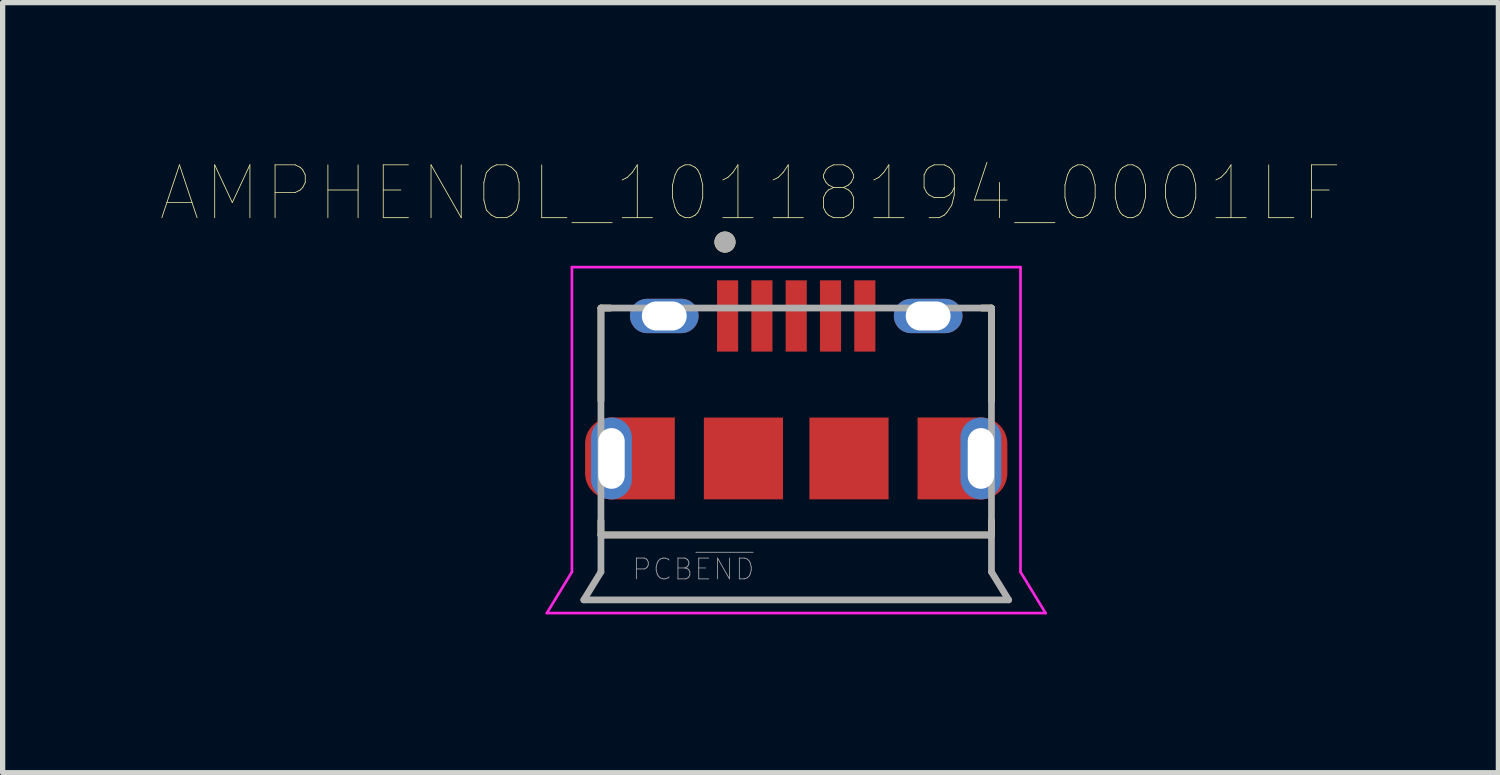
<source format=kicad_pcb>
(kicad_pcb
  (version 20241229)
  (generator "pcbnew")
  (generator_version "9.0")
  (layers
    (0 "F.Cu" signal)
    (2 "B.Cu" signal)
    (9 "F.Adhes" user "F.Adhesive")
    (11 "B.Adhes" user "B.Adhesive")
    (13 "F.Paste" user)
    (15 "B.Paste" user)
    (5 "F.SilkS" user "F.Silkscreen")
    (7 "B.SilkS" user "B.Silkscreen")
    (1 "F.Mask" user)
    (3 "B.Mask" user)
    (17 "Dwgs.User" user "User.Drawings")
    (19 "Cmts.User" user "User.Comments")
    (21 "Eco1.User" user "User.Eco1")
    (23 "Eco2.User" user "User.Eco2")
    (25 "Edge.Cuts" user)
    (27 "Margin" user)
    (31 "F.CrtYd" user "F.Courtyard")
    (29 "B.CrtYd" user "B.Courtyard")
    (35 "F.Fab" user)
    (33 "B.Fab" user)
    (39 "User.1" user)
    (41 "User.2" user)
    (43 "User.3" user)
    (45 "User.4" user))
  (footprint "AMPHENOL_10118194_0001LF"
    (layer "F.Cu")
    (at 12.037 5.637)
    (property "Reference" "AMPHENOL_10118194_0001LF" (at -0.866 -5.025 0) (layer "F.SilkS") (effects (font (size 1.001 1.001) (thickness 0.015))))
    (attr through_hole)
    (fp_poly (pts (xy -2.3 -0.78) (xy -2.3 0.775) (xy -3.498 0.775) (xy -3.498 0.575) (xy -3.486 0.575) (xy -3.473 0.574) (xy -3.46 0.572) (xy -3.447 0.57) (xy -3.434 0.567) (xy -3.422 0.563) (xy -3.41 0.558) (xy -3.398 0.553) (xy -3.386 0.548) (xy -3.374 0.542) (xy -3.363 0.535) (xy -3.353 0.527) (xy -3.342 0.52) (xy -3.332 0.511) (xy -3.323 0.502) (xy -3.314 0.493) (xy -3.305 0.483) (xy -3.298 0.472) (xy -3.29 0.462) (xy -3.283 0.451) (xy -3.277 0.439) (xy -3.272 0.427) (xy -3.267 0.415) (xy -3.262 0.403) (xy -3.258 0.391) (xy -3.255 0.378) (xy -3.253 0.365) (xy -3.251 0.352) (xy -3.25 0.339) (xy -3.25 0.325) (xy -3.25 0.315) (xy -3.25 -0.315) (xy -3.25 -0.325) (xy -3.25 -0.338) (xy -3.251 -0.351) (xy -3.253 -0.364) (xy -3.255 -0.377) (xy -3.259 -0.39) (xy -3.262 -0.402) (xy -3.267 -0.415) (xy -3.272 -0.427) (xy -3.277 -0.438) (xy -3.283 -0.45) (xy -3.29 -0.461) (xy -3.298 -0.472) (xy -3.306 -0.482) (xy -3.314 -0.492) (xy -3.323 -0.502) (xy -3.333 -0.511) (xy -3.343 -0.519) (xy -3.353 -0.527) (xy -3.364 -0.535) (xy -3.375 -0.542) (xy -3.387 -0.548) (xy -3.398 -0.553) (xy -3.41 -0.558) (xy -3.423 -0.563) (xy -3.435 -0.566) (xy -3.448 -0.57) (xy -3.461 -0.572) (xy -3.474 -0.574) (xy -3.487 -0.575) (xy -3.5 -0.575) (xy -3.513 -0.575) (xy -3.526 -0.574) (xy -3.539 -0.572) (xy -3.552 -0.57) (xy -3.565 -0.566) (xy -3.577 -0.563) (xy -3.59 -0.558) (xy -3.602 -0.553) (xy -3.613 -0.548) (xy -3.625 -0.542) (xy -3.636 -0.535) (xy -3.647 -0.527) (xy -3.657 -0.519) (xy -3.667 -0.511) (xy -3.677 -0.502) (xy -3.686 -0.492) (xy -3.694 -0.482) (xy -3.702 -0.472) (xy -3.71 -0.461) (xy -3.717 -0.45) (xy -3.723 -0.438) (xy -3.728 -0.427) (xy -3.733 -0.415) (xy -3.738 -0.402) (xy -3.741 -0.39) (xy -3.745 -0.377) (xy -3.747 -0.364) (xy -3.749 -0.351) (xy -3.75 -0.338) (xy -3.75 -0.325) (xy -3.75 0.325) (xy -3.75 0.339) (xy -3.749 0.352) (xy -3.747 0.365) (xy -3.745 0.378) (xy -3.742 0.391) (xy -3.738 0.403) (xy -3.733 0.415) (xy -3.728 0.427) (xy -3.723 0.439) (xy -3.717 0.451) (xy -3.71 0.462) (xy -3.702 0.472) (xy -3.695 0.483) (xy -3.686 0.493) (xy -3.677 0.502) (xy -3.668 0.511) (xy -3.658 0.52) (xy -3.647 0.527) (xy -3.637 0.535) (xy -3.626 0.542) (xy -3.614 0.548) (xy -3.602 0.553) (xy -3.59 0.558) (xy -3.578 0.563) (xy -3.566 0.567) (xy -3.553 0.57) (xy -3.54 0.572) (xy -3.527 0.574) (xy -3.514 0.575) (xy -3.502 0.575) (xy -3.502 0.775) (xy -3.527 0.774) (xy -3.553 0.772) (xy -3.579 0.769) (xy -3.605 0.764) (xy -3.63 0.758) (xy -3.655 0.751) (xy -3.68 0.742) (xy -3.704 0.732) (xy -3.728 0.721) (xy -3.751 0.708) (xy -3.773 0.695) (xy -3.794 0.68) (xy -3.815 0.664) (xy -3.835 0.647) (xy -3.854 0.629) (xy -3.872 0.61) (xy -3.889 0.59) (xy -3.905 0.569) (xy -3.92 0.548) (xy -3.933 0.526) (xy -3.946 0.503) (xy -3.957 0.479) (xy -3.967 0.455) (xy -3.976 0.43) (xy -3.983 0.405) (xy -3.989 0.38) (xy -3.994 0.354) (xy -3.997 0.328) (xy -3.999 0.302) (xy -4 0.275) (xy -4 -0.275) (xy -3.999 -0.301) (xy -3.997 -0.327) (xy -3.994 -0.353) (xy -3.989 -0.379) (xy -3.983 -0.404) (xy -3.976 -0.43) (xy -3.967 -0.454) (xy -3.957 -0.478) (xy -3.946 -0.502) (xy -3.933 -0.525) (xy -3.919 -0.547) (xy -3.905 -0.569) (xy -3.889 -0.59) (xy -3.872 -0.61) (xy -3.854 -0.629) (xy -3.835 -0.647) (xy -3.815 -0.664) (xy -3.794 -0.68) (xy -3.772 -0.694) (xy -3.75 -0.708) (xy -3.727 -0.721) (xy -3.703 -0.732) (xy -3.679 -0.742) (xy -3.655 -0.751) (xy -3.629 -0.758) (xy -3.604 -0.764) (xy -3.578 -0.769) (xy -3.552 -0.772) (xy -3.526 -0.774) (xy -3.5 -0.775) (xy -2.305 -0.775) (xy -2.305 -0.78) (xy -2.3 -0.78)) (stroke (width 0.001) (type solid)) (fill yes) (layer "F.Cu"))
    (fp_poly (pts (xy 2.3 0.78) (xy 2.3 -0.775) (xy 3.498 -0.775) (xy 3.498 -0.575) (xy 3.486 -0.575) (xy 3.473 -0.574) (xy 3.46 -0.572) (xy 3.447 -0.57) (xy 3.434 -0.567) (xy 3.422 -0.563) (xy 3.41 -0.558) (xy 3.398 -0.553) (xy 3.386 -0.548) (xy 3.374 -0.542) (xy 3.363 -0.535) (xy 3.353 -0.527) (xy 3.342 -0.52) (xy 3.332 -0.511) (xy 3.323 -0.502) (xy 3.314 -0.493) (xy 3.305 -0.483) (xy 3.298 -0.472) (xy 3.29 -0.462) (xy 3.283 -0.451) (xy 3.277 -0.439) (xy 3.272 -0.427) (xy 3.267 -0.415) (xy 3.262 -0.403) (xy 3.258 -0.391) (xy 3.255 -0.378) (xy 3.253 -0.365) (xy 3.251 -0.352) (xy 3.25 -0.339) (xy 3.25 -0.325) (xy 3.25 -0.315) (xy 3.25 0.315) (xy 3.25 0.325) (xy 3.25 0.338) (xy 3.251 0.351) (xy 3.253 0.364) (xy 3.255 0.377) (xy 3.259 0.39) (xy 3.262 0.402) (xy 3.267 0.415) (xy 3.272 0.427) (xy 3.277 0.438) (xy 3.283 0.45) (xy 3.29 0.461) (xy 3.298 0.472) (xy 3.306 0.482) (xy 3.314 0.492) (xy 3.323 0.502) (xy 3.333 0.511) (xy 3.343 0.519) (xy 3.353 0.527) (xy 3.364 0.535) (xy 3.375 0.542) (xy 3.387 0.548) (xy 3.398 0.553) (xy 3.41 0.558) (xy 3.423 0.563) (xy 3.435 0.566) (xy 3.448 0.57) (xy 3.461 0.572) (xy 3.474 0.574) (xy 3.487 0.575) (xy 3.5 0.575) (xy 3.513 0.575) (xy 3.526 0.574) (xy 3.539 0.572) (xy 3.552 0.57) (xy 3.565 0.566) (xy 3.577 0.563) (xy 3.59 0.558) (xy 3.602 0.553) (xy 3.613 0.548) (xy 3.625 0.542) (xy 3.636 0.535) (xy 3.647 0.527) (xy 3.657 0.519) (xy 3.667 0.511) (xy 3.677 0.502) (xy 3.686 0.492) (xy 3.694 0.482) (xy 3.702 0.472) (xy 3.71 0.461) (xy 3.717 0.45) (xy 3.723 0.438) (xy 3.728 0.427) (xy 3.733 0.415) (xy 3.738 0.402) (xy 3.741 0.39) (xy 3.745 0.377) (xy 3.747 0.364) (xy 3.749 0.351) (xy 3.75 0.338) (xy 3.75 0.325) (xy 3.75 -0.325) (xy 3.75 -0.339) (xy 3.749 -0.352) (xy 3.747 -0.365) (xy 3.745 -0.378) (xy 3.742 -0.391) (xy 3.738 -0.403) (xy 3.733 -0.415) (xy 3.728 -0.427) (xy 3.723 -0.439) (xy 3.717 -0.451) (xy 3.71 -0.462) (xy 3.702 -0.472) (xy 3.695 -0.483) (xy 3.686 -0.493) (xy 3.677 -0.502) (xy 3.668 -0.511) (xy 3.658 -0.52) (xy 3.647 -0.527) (xy 3.637 -0.535) (xy 3.626 -0.542) (xy 3.614 -0.548) (xy 3.602 -0.553) (xy 3.59 -0.558) (xy 3.578 -0.563) (xy 3.566 -0.567) (xy 3.553 -0.57) (xy 3.54 -0.572) (xy 3.527 -0.574) (xy 3.514 -0.575) (xy 3.502 -0.575) (xy 3.502 -0.775) (xy 3.527 -0.774) (xy 3.553 -0.772) (xy 3.579 -0.769) (xy 3.605 -0.764) (xy 3.63 -0.758) (xy 3.655 -0.751) (xy 3.68 -0.742) (xy 3.704 -0.732) (xy 3.728 -0.721) (xy 3.751 -0.708) (xy 3.773 -0.695) (xy 3.794 -0.68) (xy 3.815 -0.664) (xy 3.835 -0.647) (xy 3.854 -0.629) (xy 3.872 -0.61) (xy 3.889 -0.59) (xy 3.905 -0.569) (xy 3.92 -0.548) (xy 3.933 -0.526) (xy 3.946 -0.503) (xy 3.957 -0.479) (xy 3.967 -0.455) (xy 3.976 -0.43) (xy 3.983 -0.405) (xy 3.989 -0.38) (xy 3.994 -0.354) (xy 3.997 -0.328) (xy 3.999 -0.302) (xy 4 -0.275) (xy 4 0.275) (xy 3.999 0.301) (xy 3.997 0.327) (xy 3.994 0.353) (xy 3.989 0.379) (xy 3.983 0.404) (xy 3.976 0.43) (xy 3.967 0.454) (xy 3.957 0.478) (xy 3.946 0.502) (xy 3.933 0.525) (xy 3.919 0.547) (xy 3.905 0.569) (xy 3.889 0.59) (xy 3.872 0.61) (xy 3.854 0.629) (xy 3.835 0.647) (xy 3.815 0.664) (xy 3.794 0.68) (xy 3.772 0.694) (xy 3.75 0.708) (xy 3.727 0.721) (xy 3.703 0.732) (xy 3.679 0.742) (xy 3.655 0.751) (xy 3.629 0.758) (xy 3.604 0.764) (xy 3.578 0.769) (xy 3.552 0.772) (xy 3.526 0.774) (xy 3.5 0.775) (xy 2.305 0.775) (xy 2.305 0.78) (xy 2.3 0.78)) (stroke (width 0.001) (type solid)) (fill yes) (layer "F.Cu"))
    (fp_poly (pts (xy -3.6 -0.875) (xy -2.2 -0.875) (xy -2.2 0.875) (xy -3.6 0.875) (xy -3.626 0.874) (xy -3.652 0.872) (xy -3.678 0.869) (xy -3.704 0.864) (xy -3.729 0.858) (xy -3.755 0.851) (xy -3.779 0.842) (xy -3.803 0.832) (xy -3.827 0.821) (xy -3.85 0.808) (xy -3.872 0.794) (xy -3.894 0.78) (xy -3.915 0.764) (xy -3.935 0.747) (xy -3.954 0.729) (xy -3.972 0.71) (xy -3.989 0.69) (xy -4.005 0.669) (xy -4.019 0.647) (xy -4.033 0.625) (xy -4.046 0.602) (xy -4.057 0.578) (xy -4.067 0.554) (xy -4.076 0.53) (xy -4.083 0.504) (xy -4.089 0.479) (xy -4.094 0.453) (xy -4.097 0.427) (xy -4.099 0.401) (xy -4.1 0.375) (xy -4.1 -0.375) (xy -4.099 -0.401) (xy -4.097 -0.427) (xy -4.094 -0.453) (xy -4.089 -0.479) (xy -4.083 -0.504) (xy -4.076 -0.53) (xy -4.067 -0.554) (xy -4.057 -0.578) (xy -4.046 -0.602) (xy -4.033 -0.625) (xy -4.019 -0.647) (xy -4.005 -0.669) (xy -3.989 -0.69) (xy -3.972 -0.71) (xy -3.954 -0.729) (xy -3.935 -0.747) (xy -3.915 -0.764) (xy -3.894 -0.78) (xy -3.872 -0.794) (xy -3.85 -0.808) (xy -3.827 -0.821) (xy -3.803 -0.832) (xy -3.779 -0.842) (xy -3.755 -0.851) (xy -3.729 -0.858) (xy -3.704 -0.864) (xy -3.678 -0.869) (xy -3.652 -0.872) (xy -3.626 -0.874) (xy -3.6 -0.875)) (stroke (width 0.0001) (type solid)) (fill yes) (layer "F.Mask"))
    (fp_poly (pts (xy 3.6 0.875) (xy 2.2 0.875) (xy 2.2 -0.875) (xy 3.6 -0.875) (xy 3.626 -0.874) (xy 3.652 -0.872) (xy 3.678 -0.869) (xy 3.704 -0.864) (xy 3.729 -0.858) (xy 3.755 -0.851) (xy 3.779 -0.842) (xy 3.803 -0.832) (xy 3.827 -0.821) (xy 3.85 -0.808) (xy 3.872 -0.794) (xy 3.894 -0.78) (xy 3.915 -0.764) (xy 3.935 -0.747) (xy 3.954 -0.729) (xy 3.972 -0.71) (xy 3.989 -0.69) (xy 4.005 -0.669) (xy 4.019 -0.647) (xy 4.033 -0.625) (xy 4.046 -0.602) (xy 4.057 -0.578) (xy 4.067 -0.554) (xy 4.076 -0.53) (xy 4.083 -0.504) (xy 4.089 -0.479) (xy 4.094 -0.453) (xy 4.097 -0.427) (xy 4.099 -0.401) (xy 4.1 -0.375) (xy 4.1 0.375) (xy 4.099 0.401) (xy 4.097 0.427) (xy 4.094 0.453) (xy 4.089 0.479) (xy 4.083 0.504) (xy 4.076 0.53) (xy 4.067 0.554) (xy 4.057 0.578) (xy 4.046 0.602) (xy 4.033 0.625) (xy 4.019 0.647) (xy 4.005 0.669) (xy 3.989 0.69) (xy 3.972 0.71) (xy 3.954 0.729) (xy 3.935 0.747) (xy 3.915 0.764) (xy 3.894 0.78) (xy 3.872 0.794) (xy 3.85 0.808) (xy 3.827 0.821) (xy 3.803 0.832) (xy 3.779 0.842) (xy 3.755 0.851) (xy 3.729 0.858) (xy 3.704 0.864) (xy 3.678 0.869) (xy 3.652 0.872) (xy 3.626 0.874) (xy 3.6 0.875)) (stroke (width 0.0001) (type solid)) (fill yes) (layer "F.Mask"))
    (fp_line (start -3.7 -2.85) (end -3.7 -1.095) (stroke (width 0.127) (type solid)) (layer "F.SilkS"))
    (fp_line (start -3.7 -2.85) (end -3.52 -2.85) (stroke (width 0.127) (type solid)) (layer "F.SilkS"))
    (fp_line (start -3.7 1.45) (end -3.7 1.18) (stroke (width 0.127) (type solid)) (layer "F.SilkS"))
    (fp_line (start -3.7 1.45) (end 3.7 1.45) (stroke (width 0.127) (type solid)) (layer "F.SilkS"))
    (fp_line (start 3.7 -2.85) (end 3.52 -2.85) (stroke (width 0.127) (type solid)) (layer "F.SilkS"))
    (fp_line (start 3.7 -2.85) (end 3.7 -1.095) (stroke (width 0.127) (type solid)) (layer "F.SilkS"))
    (fp_line (start 3.7 1.18) (end 3.7 1.45) (stroke (width 0.127) (type solid)) (layer "F.SilkS"))
    (fp_circle (center -1.35 -4.1) (end -1.25 -4.1) (stroke (width 0.2) (type solid)) (fill no) (layer "F.SilkS"))
    (fp_line (start -3.5 -0.77) (end -3.5 -0.6) (stroke (width 0.0001) (type solid)) (layer "F.Paste"))
    (fp_line (start 3.5 0.77) (end 3.5 0.6) (stroke (width 0.0001) (type solid)) (layer "F.Paste"))
    (fp_poly (pts (xy -3.5 -0.775) (xy -3.5 -0.575) (xy -3.487 -0.575) (xy -3.474 -0.574) (xy -3.461 -0.572) (xy -3.448 -0.57) (xy -3.435 -0.566) (xy -3.423 -0.563) (xy -3.41 -0.558) (xy -3.398 -0.553) (xy -3.387 -0.548) (xy -3.375 -0.542) (xy -3.364 -0.535) (xy -3.353 -0.527) (xy -3.343 -0.519) (xy -3.333 -0.511) (xy -3.323 -0.502) (xy -3.314 -0.492) (xy -3.306 -0.482) (xy -3.298 -0.472) (xy -3.29 -0.461) (xy -3.283 -0.45) (xy -3.277 -0.438) (xy -3.272 -0.427) (xy -3.267 -0.415) (xy -3.262 -0.402) (xy -3.259 -0.39) (xy -3.255 -0.377) (xy -3.253 -0.364) (xy -3.251 -0.351) (xy -3.25 -0.338) (xy -3.25 -0.325) (xy -3.25 0.325) (xy -3.25 0.338) (xy -3.251 0.351) (xy -3.253 0.364) (xy -3.255 0.377) (xy -3.259 0.39) (xy -3.262 0.402) (xy -3.267 0.415) (xy -3.272 0.427) (xy -3.277 0.438) (xy -3.283 0.45) (xy -3.29 0.461) (xy -3.298 0.472) (xy -3.306 0.482) (xy -3.314 0.492) (xy -3.323 0.502) (xy -3.333 0.511) (xy -3.343 0.519) (xy -3.353 0.527) (xy -3.364 0.535) (xy -3.375 0.542) (xy -3.387 0.548) (xy -3.398 0.553) (xy -3.41 0.558) (xy -3.423 0.563) (xy -3.435 0.566) (xy -3.448 0.57) (xy -3.461 0.572) (xy -3.474 0.574) (xy -3.487 0.575) (xy -3.5 0.575) (xy -3.5 0.775) (xy -2.3 0.775) (xy -2.3 -0.775) (xy -3.5 -0.775)) (stroke (width 0.0001) (type solid)) (fill yes) (layer "F.Paste"))
    (fp_poly (pts (xy 3.5 0.775) (xy 3.5 0.575) (xy 3.487 0.575) (xy 3.474 0.574) (xy 3.461 0.572) (xy 3.448 0.57) (xy 3.435 0.566) (xy 3.423 0.563) (xy 3.41 0.558) (xy 3.398 0.553) (xy 3.387 0.548) (xy 3.375 0.542) (xy 3.364 0.535) (xy 3.353 0.527) (xy 3.343 0.519) (xy 3.333 0.511) (xy 3.323 0.502) (xy 3.314 0.492) (xy 3.306 0.482) (xy 3.298 0.472) (xy 3.29 0.461) (xy 3.283 0.45) (xy 3.277 0.438) (xy 3.272 0.427) (xy 3.267 0.415) (xy 3.262 0.402) (xy 3.259 0.39) (xy 3.255 0.377) (xy 3.253 0.364) (xy 3.251 0.351) (xy 3.25 0.338) (xy 3.25 0.325) (xy 3.25 -0.325) (xy 3.25 -0.338) (xy 3.251 -0.351) (xy 3.253 -0.364) (xy 3.255 -0.377) (xy 3.259 -0.39) (xy 3.262 -0.402) (xy 3.267 -0.415) (xy 3.272 -0.427) (xy 3.277 -0.438) (xy 3.283 -0.45) (xy 3.29 -0.461) (xy 3.298 -0.472) (xy 3.306 -0.482) (xy 3.314 -0.492) (xy 3.323 -0.502) (xy 3.333 -0.511) (xy 3.343 -0.519) (xy 3.353 -0.527) (xy 3.364 -0.535) (xy 3.375 -0.542) (xy 3.387 -0.548) (xy 3.398 -0.553) (xy 3.41 -0.558) (xy 3.423 -0.563) (xy 3.435 -0.566) (xy 3.448 -0.57) (xy 3.461 -0.572) (xy 3.474 -0.574) (xy 3.487 -0.575) (xy 3.5 -0.575) (xy 3.5 -0.775) (xy 2.3 -0.775) (xy 2.3 0.775) (xy 3.5 0.775)) (stroke (width 0.0001) (type solid)) (fill yes) (layer "F.Paste"))
    (fp_poly (pts (xy -3.5 -0.775) (xy -3.5 -0.575) (xy -3.513 -0.575) (xy -3.526 -0.574) (xy -3.539 -0.572) (xy -3.552 -0.57) (xy -3.565 -0.566) (xy -3.577 -0.563) (xy -3.59 -0.558) (xy -3.602 -0.553) (xy -3.613 -0.548) (xy -3.625 -0.542) (xy -3.636 -0.535) (xy -3.647 -0.527) (xy -3.657 -0.519) (xy -3.667 -0.511) (xy -3.677 -0.502) (xy -3.686 -0.492) (xy -3.694 -0.482) (xy -3.702 -0.472) (xy -3.71 -0.461) (xy -3.717 -0.45) (xy -3.723 -0.438) (xy -3.728 -0.427) (xy -3.733 -0.415) (xy -3.738 -0.402) (xy -3.741 -0.39) (xy -3.745 -0.377) (xy -3.747 -0.364) (xy -3.749 -0.351) (xy -3.75 -0.338) (xy -3.75 -0.325) (xy -3.75 0.325) (xy -3.75 0.338) (xy -3.749 0.351) (xy -3.747 0.364) (xy -3.745 0.377) (xy -3.741 0.39) (xy -3.738 0.402) (xy -3.733 0.415) (xy -3.728 0.427) (xy -3.723 0.438) (xy -3.717 0.45) (xy -3.71 0.461) (xy -3.702 0.472) (xy -3.694 0.482) (xy -3.686 0.492) (xy -3.677 0.502) (xy -3.667 0.511) (xy -3.657 0.519) (xy -3.647 0.527) (xy -3.636 0.535) (xy -3.625 0.542) (xy -3.613 0.548) (xy -3.602 0.553) (xy -3.59 0.558) (xy -3.577 0.563) (xy -3.565 0.566) (xy -3.552 0.57) (xy -3.539 0.572) (xy -3.526 0.574) (xy -3.513 0.575) (xy -3.5 0.575) (xy -3.5 0.775) (xy -3.526 0.774) (xy -3.552 0.772) (xy -3.578 0.769) (xy -3.604 0.764) (xy -3.629 0.758) (xy -3.655 0.751) (xy -3.679 0.742) (xy -3.703 0.732) (xy -3.727 0.721) (xy -3.75 0.708) (xy -3.772 0.694) (xy -3.794 0.68) (xy -3.815 0.664) (xy -3.835 0.647) (xy -3.854 0.629) (xy -3.872 0.61) (xy -3.889 0.59) (xy -3.905 0.569) (xy -3.919 0.547) (xy -3.933 0.525) (xy -3.946 0.502) (xy -3.957 0.478) (xy -3.967 0.454) (xy -3.976 0.43) (xy -3.983 0.404) (xy -3.989 0.379) (xy -3.994 0.353) (xy -3.997 0.327) (xy -3.999 0.301) (xy -4 0.275) (xy -4 -0.275) (xy -3.999 -0.301) (xy -3.997 -0.327) (xy -3.994 -0.353) (xy -3.989 -0.379) (xy -3.983 -0.404) (xy -3.976 -0.43) (xy -3.967 -0.454) (xy -3.957 -0.478) (xy -3.946 -0.502) (xy -3.933 -0.525) (xy -3.919 -0.547) (xy -3.905 -0.569) (xy -3.889 -0.59) (xy -3.872 -0.61) (xy -3.854 -0.629) (xy -3.835 -0.647) (xy -3.815 -0.664) (xy -3.794 -0.68) (xy -3.772 -0.694) (xy -3.75 -0.708) (xy -3.727 -0.721) (xy -3.703 -0.732) (xy -3.679 -0.742) (xy -3.655 -0.751) (xy -3.629 -0.758) (xy -3.604 -0.764) (xy -3.578 -0.769) (xy -3.552 -0.772) (xy -3.526 -0.774) (xy -3.5 -0.775)) (stroke (width 0.0001) (type solid)) (fill yes) (layer "F.Paste"))
    (fp_poly (pts (xy 3.5 0.775) (xy 3.5 0.575) (xy 3.513 0.575) (xy 3.526 0.574) (xy 3.539 0.572) (xy 3.552 0.57) (xy 3.565 0.566) (xy 3.577 0.563) (xy 3.59 0.558) (xy 3.602 0.553) (xy 3.613 0.548) (xy 3.625 0.542) (xy 3.636 0.535) (xy 3.647 0.527) (xy 3.657 0.519) (xy 3.667 0.511) (xy 3.677 0.502) (xy 3.686 0.492) (xy 3.694 0.482) (xy 3.702 0.472) (xy 3.71 0.461) (xy 3.717 0.45) (xy 3.723 0.438) (xy 3.728 0.427) (xy 3.733 0.415) (xy 3.738 0.402) (xy 3.741 0.39) (xy 3.745 0.377) (xy 3.747 0.364) (xy 3.749 0.351) (xy 3.75 0.338) (xy 3.75 0.325) (xy 3.75 -0.325) (xy 3.75 -0.338) (xy 3.749 -0.351) (xy 3.747 -0.364) (xy 3.745 -0.377) (xy 3.741 -0.39) (xy 3.738 -0.402) (xy 3.733 -0.415) (xy 3.728 -0.427) (xy 3.723 -0.438) (xy 3.717 -0.45) (xy 3.71 -0.461) (xy 3.702 -0.472) (xy 3.694 -0.482) (xy 3.686 -0.492) (xy 3.677 -0.502) (xy 3.667 -0.511) (xy 3.657 -0.519) (xy 3.647 -0.527) (xy 3.636 -0.535) (xy 3.625 -0.542) (xy 3.613 -0.548) (xy 3.602 -0.553) (xy 3.59 -0.558) (xy 3.577 -0.563) (xy 3.565 -0.566) (xy 3.552 -0.57) (xy 3.539 -0.572) (xy 3.526 -0.574) (xy 3.513 -0.575) (xy 3.5 -0.575) (xy 3.5 -0.775) (xy 3.526 -0.774) (xy 3.552 -0.772) (xy 3.578 -0.769) (xy 3.604 -0.764) (xy 3.629 -0.758) (xy 3.655 -0.751) (xy 3.679 -0.742) (xy 3.703 -0.732) (xy 3.727 -0.721) (xy 3.75 -0.708) (xy 3.772 -0.694) (xy 3.794 -0.68) (xy 3.815 -0.664) (xy 3.835 -0.647) (xy 3.854 -0.629) (xy 3.872 -0.61) (xy 3.889 -0.59) (xy 3.905 -0.569) (xy 3.919 -0.547) (xy 3.933 -0.525) (xy 3.946 -0.502) (xy 3.957 -0.478) (xy 3.967 -0.454) (xy 3.976 -0.43) (xy 3.983 -0.404) (xy 3.989 -0.379) (xy 3.994 -0.353) (xy 3.997 -0.327) (xy 3.999 -0.301) (xy 4 -0.275) (xy 4 0.275) (xy 3.999 0.301) (xy 3.997 0.327) (xy 3.994 0.353) (xy 3.989 0.379) (xy 3.983 0.404) (xy 3.976 0.43) (xy 3.967 0.454) (xy 3.957 0.478) (xy 3.946 0.502) (xy 3.933 0.525) (xy 3.919 0.547) (xy 3.905 0.569) (xy 3.889 0.59) (xy 3.872 0.61) (xy 3.854 0.629) (xy 3.835 0.647) (xy 3.815 0.664) (xy 3.794 0.68) (xy 3.772 0.694) (xy 3.75 0.708) (xy 3.727 0.721) (xy 3.703 0.732) (xy 3.679 0.742) (xy 3.655 0.751) (xy 3.629 0.758) (xy 3.604 0.764) (xy 3.578 0.769) (xy 3.552 0.772) (xy 3.526 0.774) (xy 3.5 0.775)) (stroke (width 0.0001) (type solid)) (fill yes) (layer "F.Paste"))
    (fp_line (start -4.725 2.93) (end -4.25 2.15) (stroke (width 0.05) (type solid)) (layer "F.CrtYd"))
    (fp_line (start -4.25 -3.625) (end 4.25 -3.625) (stroke (width 0.05) (type solid)) (layer "F.CrtYd"))
    (fp_line (start -4.25 2.15) (end -4.25 -3.625) (stroke (width 0.05) (type solid)) (layer "F.CrtYd"))
    (fp_line (start 4.25 2.15) (end 4.25 -3.625) (stroke (width 0.05) (type solid)) (layer "F.CrtYd"))
    (fp_line (start 4.725 2.93) (end -4.725 2.93) (stroke (width 0.05) (type solid)) (layer "F.CrtYd"))
    (fp_line (start 4.725 2.93) (end 4.25 2.15) (stroke (width 0.05) (type solid)) (layer "F.CrtYd"))
    (fp_line (start -4.025 2.68) (end 4.025 2.68) (stroke (width 0.127) (type solid)) (layer "F.Fab"))
    (fp_line (start -3.7 -2.85) (end -3.7 1.45) (stroke (width 0.127) (type solid)) (layer "F.Fab"))
    (fp_line (start -3.7 -2.85) (end 3.7 -2.85) (stroke (width 0.127) (type solid)) (layer "F.Fab"))
    (fp_line (start -3.7 1.45) (end -3.7 2.15) (stroke (width 0.127) (type solid)) (layer "F.Fab"))
    (fp_line (start -3.7 1.45) (end 3.7 1.45) (stroke (width 0.127) (type solid)) (layer "F.Fab"))
    (fp_line (start -3.7 2.15) (end -4.025 2.68) (stroke (width 0.127) (type solid)) (layer "F.Fab"))
    (fp_line (start 3.7 1.45) (end 3.7 -2.85) (stroke (width 0.127) (type solid)) (layer "F.Fab"))
    (fp_line (start 3.7 2.15) (end 3.7 1.45) (stroke (width 0.127) (type solid)) (layer "F.Fab"))
    (fp_line (start 4.025 2.68) (end 3.7 2.15) (stroke (width 0.127) (type solid)) (layer "F.Fab"))
    (fp_circle (center -1.35 -4.1) (end -1.25 -4.1) (stroke (width 0.2) (type solid)) (fill no) (layer "F.Fab"))
    (fp_text user "PCB~{END}" (at -1.95 2.1 0) (layer "F.Fab") (effects (font (size 0.394 0.394) (thickness 0.015))))
    (pad "1" smd rect (at -1.3 -2.7) (size 0.4 1.35) (layers "F.Cu" "F.Mask" "F.Paste"))
    (pad "2" smd rect (at -0.65 -2.7) (size 0.4 1.35) (layers "F.Cu" "F.Mask" "F.Paste"))
    (pad "3" smd rect (at 0 -2.7) (size 0.4 1.35) (layers "F.Cu" "F.Mask" "F.Paste"))
    (pad "4" smd rect (at 0.65 -2.7) (size 0.4 1.35) (layers "F.Cu" "F.Mask" "F.Paste"))
    (pad "5" smd rect (at 1.3 -2.7) (size 0.4 1.35) (layers "F.Cu" "F.Mask" "F.Paste"))
    (pad "S1" thru_hole oval (at -2.5 -2.7) (size 1.3 0.65) (drill oval 0.85 0.55) (layers "*.Cu" "*.Mask"))
    (pad "S2" thru_hole oval (at 2.5 -2.7) (size 1.3 0.65) (drill oval 0.85 0.55) (layers "*.Cu" "*.Mask"))
    (pad "S3" thru_hole oval (at -3.5 0) (size 0.775 1.55) (drill oval 0.5 1.15) (layers "*.Cu" "*.Mask"))
    (pad "S4" smd rect (at -1 0) (size 1.5 1.55) (layers "F.Cu" "F.Mask" "F.Paste"))
    (pad "S5" smd rect (at 1 0) (size 1.5 1.55) (layers "F.Cu" "F.Mask" "F.Paste"))
    (pad "S6" thru_hole oval (at 3.5 0) (size 0.775 1.55) (drill oval 0.5 1.15) (layers "*.Cu" "*.Mask")))
  (gr_rect
    (start -3 -3)
    (end 25.342 11.592)
    (stroke (width 0.1) (type default))
    (fill no)
    (layer "Edge.Cuts")))
</source>
